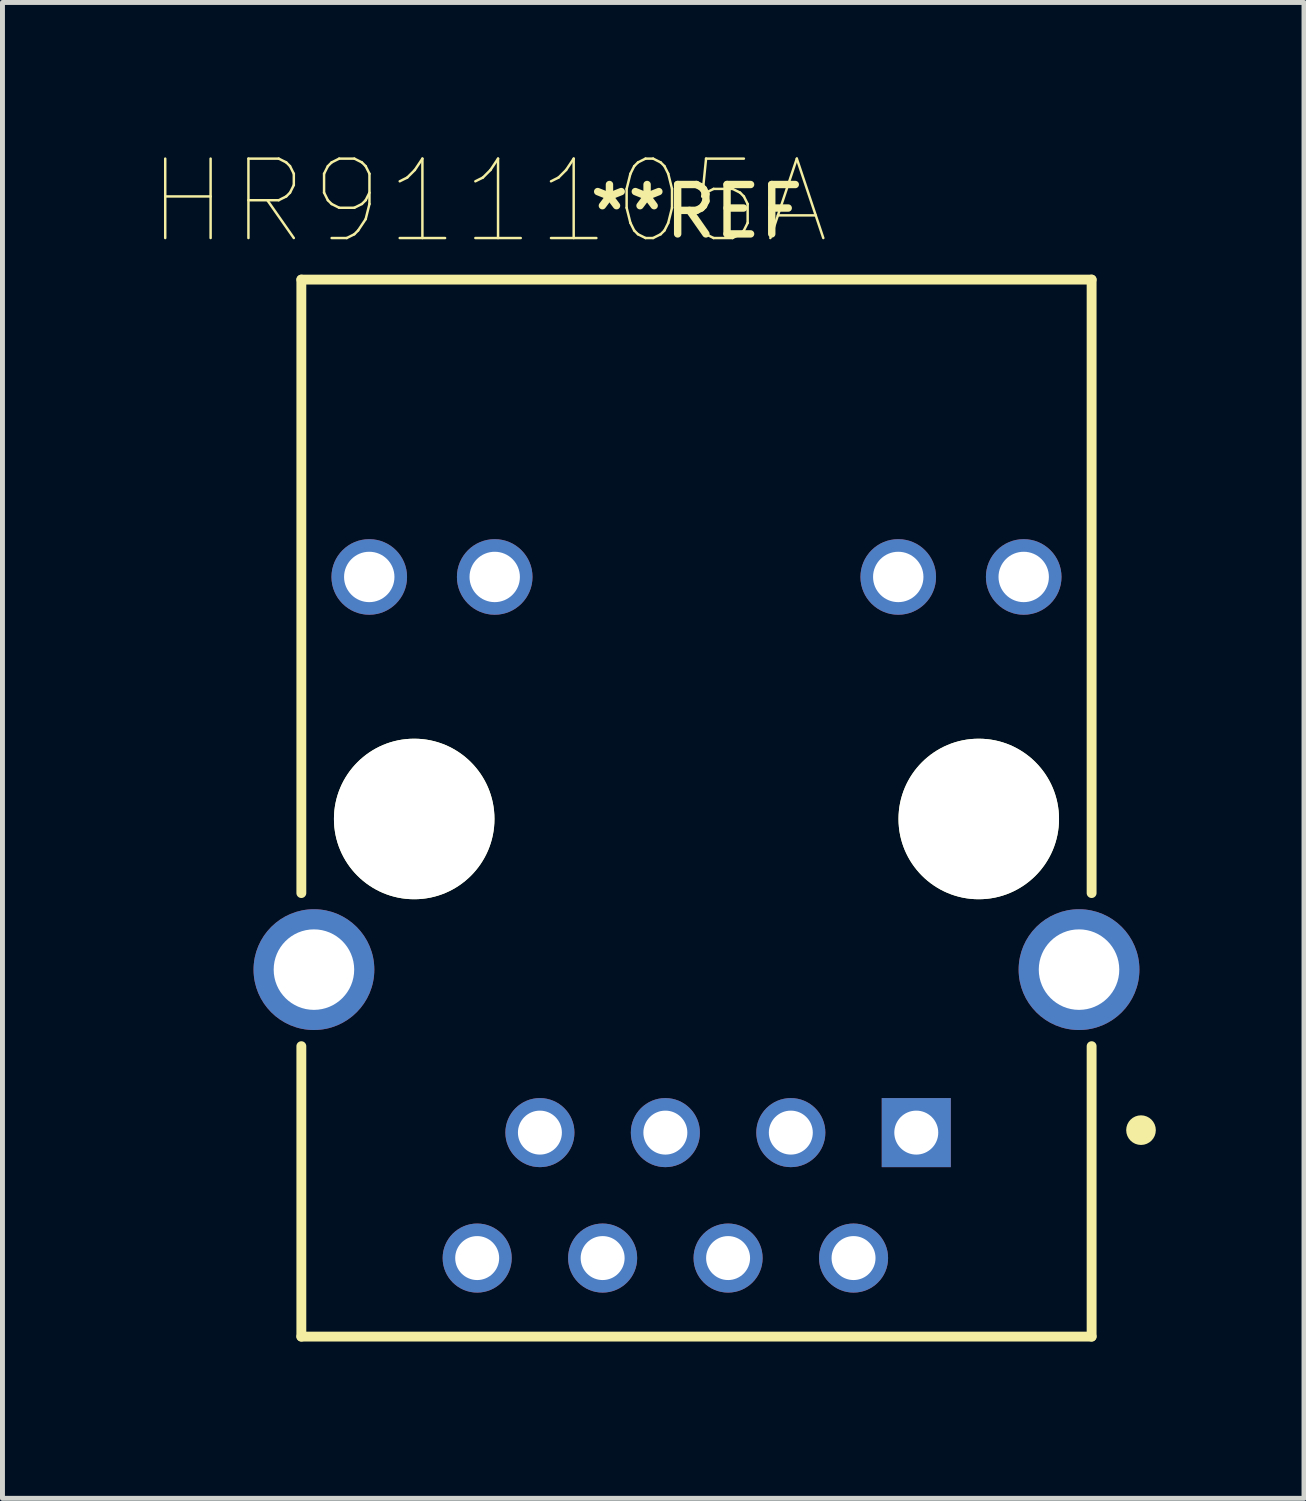
<source format=kicad_pcb>
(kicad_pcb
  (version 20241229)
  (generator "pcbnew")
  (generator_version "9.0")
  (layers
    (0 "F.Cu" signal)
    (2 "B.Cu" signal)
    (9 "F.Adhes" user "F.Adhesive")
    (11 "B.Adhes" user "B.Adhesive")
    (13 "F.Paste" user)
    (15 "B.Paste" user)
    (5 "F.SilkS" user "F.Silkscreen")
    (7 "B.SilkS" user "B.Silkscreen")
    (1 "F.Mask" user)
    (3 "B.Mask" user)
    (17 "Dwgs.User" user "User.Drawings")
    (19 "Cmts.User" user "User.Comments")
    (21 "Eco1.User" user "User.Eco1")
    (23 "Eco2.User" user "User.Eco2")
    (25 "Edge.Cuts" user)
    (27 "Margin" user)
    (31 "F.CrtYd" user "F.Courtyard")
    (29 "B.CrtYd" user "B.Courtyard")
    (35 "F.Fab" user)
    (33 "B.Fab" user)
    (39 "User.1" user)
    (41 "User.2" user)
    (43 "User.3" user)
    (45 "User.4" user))
  (footprint "HR911105A"
    (layer "F.Cu")
    (at 11.051 13.531)
    (property "Reference" "HR911105A" (at -4.209 -12.503 0) (layer "F.SilkS") (effects (font (size 1.608 1.608) (thickness 0.05))))
    (attr through_hole)
    (fp_line (start -8 -10.92) (end -8 1.5) (stroke (width 0.2) (type solid)) (layer "F.SilkS"))
    (fp_line (start -8 4.6) (end -8 10.48) (stroke (width 0.2) (type solid)) (layer "F.SilkS"))
    (fp_line (start 8 -10.92) (end -8 -10.92) (stroke (width 0.2) (type solid)) (layer "F.SilkS"))
    (fp_line (start 8 -10.92) (end 8 1.5) (stroke (width 0.2) (type solid)) (layer "F.SilkS"))
    (fp_line (start 8 4.6) (end 8 10.48) (stroke (width 0.2) (type solid)) (layer "F.SilkS"))
    (fp_line (start 8 10.48) (end -8 10.48) (stroke (width 0.2) (type solid)) (layer "F.SilkS"))
    (fp_circle (center 9 6.3) (end 9.15 6.3) (stroke (width 0.3) (type solid)) (fill no) (layer "F.SilkS"))
    (fp_line (start -9.25 -11.17) (end -9.25 10.73) (stroke (width 0.05) (type solid)) (layer "Eco1.User"))
    (fp_line (start -9.25 10.73) (end 9.25 10.73) (stroke (width 0.05) (type solid)) (layer "Eco1.User"))
    (fp_line (start 9.25 -11.17) (end -9.25 -11.17) (stroke (width 0.05) (type solid)) (layer "Eco1.User"))
    (fp_line (start 9.25 10.73) (end 9.25 -11.17) (stroke (width 0.05) (type solid)) (layer "Eco1.User"))
    (fp_line (start -8 -10.92) (end -8 10.48) (stroke (width 0.127) (type solid)) (layer "Eco2.User"))
    (fp_line (start -8 10.48) (end 8 10.48) (stroke (width 0.127) (type solid)) (layer "Eco2.User"))
    (fp_line (start 8 -10.92) (end -8 -10.92) (stroke (width 0.127) (type solid)) (layer "Eco2.User"))
    (fp_line (start 8 10.48) (end 8 -10.92) (stroke (width 0.127) (type solid)) (layer "Eco2.User"))
    (fp_circle (center 5.8 6.3) (end 5.95 6.3) (stroke (width 0.3) (type solid)) (fill no) (layer "Eco2.User"))
    (fp_text user "**REF" (at 0 -12.3 0) (unlocked yes) (layer "F.SilkS") (effects (font (size 1 1) (thickness 0.15))))
    (pad "" np_thru_hole circle (at -5.715 0) (size 3.25 3.25) (drill 3.25) (layers "*.Cu" "*.Mask" "F.SilkS"))
    (pad "" np_thru_hole circle (at 5.715 0) (size 3.25 3.25) (drill 3.25) (layers "*.Cu" "*.Mask" "F.SilkS"))
    (pad "1" thru_hole rect (at 4.45 6.35 180) (size 1.398 1.398) (drill 0.89) (layers "*.Cu" "*.Mask"))
    (pad "2" thru_hole circle (at 3.18 8.89 180) (size 1.398 1.398) (drill 0.89) (layers "*.Cu" "*.Mask"))
    (pad "3" thru_hole circle (at 1.91 6.35 180) (size 1.398 1.398) (drill 0.89) (layers "*.Cu" "*.Mask"))
    (pad "4" thru_hole circle (at 0.64 8.89 180) (size 1.398 1.398) (drill 0.89) (layers "*.Cu" "*.Mask"))
    (pad "5" thru_hole circle (at -0.63 6.35 180) (size 1.398 1.398) (drill 0.89) (layers "*.Cu" "*.Mask"))
    (pad "6" thru_hole circle (at -1.9 8.89 180) (size 1.398 1.398) (drill 0.89) (layers "*.Cu" "*.Mask"))
    (pad "7" thru_hole circle (at -3.17 6.35 180) (size 1.398 1.398) (drill 0.89) (layers "*.Cu" "*.Mask"))
    (pad "8" thru_hole circle (at -4.44 8.89 180) (size 1.398 1.398) (drill 0.89) (layers "*.Cu" "*.Mask"))
    (pad "9" thru_hole circle (at 6.625 -4.9 180) (size 1.53 1.53) (drill 1.02) (layers "*.Cu" "*.Mask"))
    (pad "10" thru_hole circle (at 4.085 -4.9 180) (size 1.53 1.53) (drill 1.02) (layers "*.Cu" "*.Mask"))
    (pad "11" thru_hole circle (at -4.085 -4.9 180) (size 1.53 1.53) (drill 1.02) (layers "*.Cu" "*.Mask"))
    (pad "12" thru_hole circle (at -6.625 -4.9 180) (size 1.53 1.53) (drill 1.02) (layers "*.Cu" "*.Mask"))
    (pad "15" thru_hole circle (at 7.745 3.05 270) (size 2.445 2.445) (drill 1.63) (layers "*.Cu" "*.Mask"))
    (pad "16" thru_hole circle (at -7.745 3.05 270) (size 2.445 2.445) (drill 1.63) (layers "*.Cu" "*.Mask")))
  (gr_rect
    (start -3 -3)
    (end 23.351 27.286)
    (stroke (width 0.1) (type default))
    (fill no)
    (layer "Edge.Cuts")))
</source>
